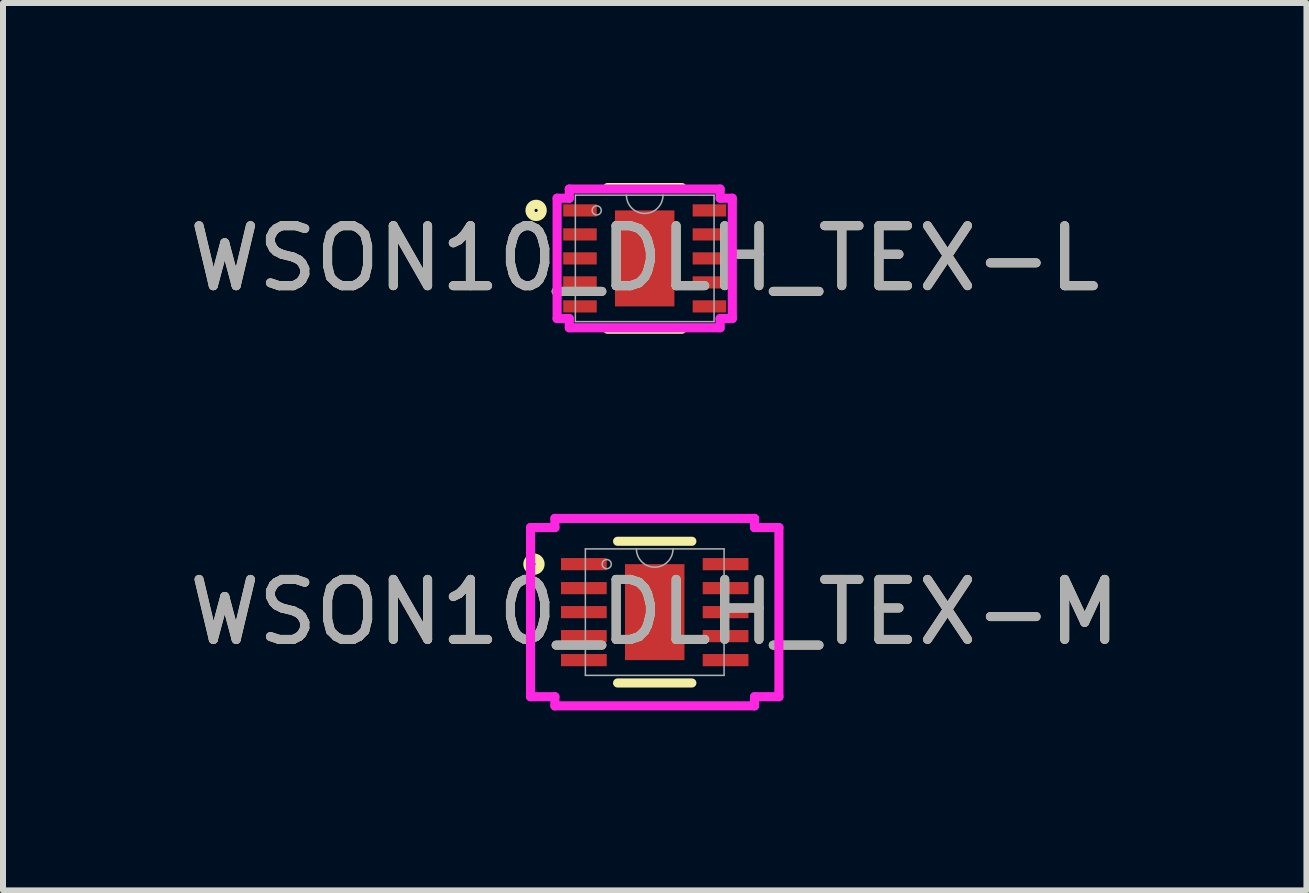
<source format=kicad_pcb>
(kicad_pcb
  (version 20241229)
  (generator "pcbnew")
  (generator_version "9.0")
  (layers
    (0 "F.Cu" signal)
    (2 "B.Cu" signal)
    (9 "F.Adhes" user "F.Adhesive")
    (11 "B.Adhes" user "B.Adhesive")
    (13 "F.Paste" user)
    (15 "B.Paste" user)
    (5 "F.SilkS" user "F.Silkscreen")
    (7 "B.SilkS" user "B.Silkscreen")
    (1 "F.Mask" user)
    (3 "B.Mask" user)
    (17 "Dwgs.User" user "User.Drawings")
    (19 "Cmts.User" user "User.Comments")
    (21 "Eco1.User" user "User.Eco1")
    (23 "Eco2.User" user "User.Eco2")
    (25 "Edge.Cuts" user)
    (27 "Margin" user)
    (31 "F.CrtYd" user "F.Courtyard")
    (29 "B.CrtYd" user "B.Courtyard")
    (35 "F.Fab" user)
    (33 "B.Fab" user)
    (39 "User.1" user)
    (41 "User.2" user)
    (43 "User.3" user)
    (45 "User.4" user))
  (footprint "WSON10_DLH_TEX-L"
    (layer "F.Cu")
    (at 7.696 1.257)
    (property "Reference" "WSON10_DLH_TEX-L" (at 0 0 0) (unlocked yes) (layer "F.SilkS") (effects (font (size 1 1) (thickness 0.15))))
    (attr smd)
    (fp_line (start -0.619 1.181) (end 0.619 1.181) (stroke (width 0.152) (type solid)) (layer "F.SilkS"))
    (fp_line (start 0.619 -1.181) (end -0.619 -1.181) (stroke (width 0.152) (type solid)) (layer "F.SilkS"))
    (fp_circle (center -1.81 -0.8) (end -1.708 -0.8) (stroke (width 0.152) (type solid)) (fill no) (layer "F.SilkS"))
    (fp_line (start -1.46 -1.003) (end -1.257 -1.003) (stroke (width 0.152) (type solid)) (layer "F.CrtYd"))
    (fp_line (start -1.46 1.003) (end -1.46 -1.003) (stroke (width 0.152) (type solid)) (layer "F.CrtYd"))
    (fp_line (start -1.46 1.003) (end -1.257 1.003) (stroke (width 0.152) (type solid)) (layer "F.CrtYd"))
    (fp_line (start -1.257 -1.156) (end 1.257 -1.156) (stroke (width 0.152) (type solid)) (layer "F.CrtYd"))
    (fp_line (start -1.257 -1.003) (end -1.257 -1.156) (stroke (width 0.152) (type solid)) (layer "F.CrtYd"))
    (fp_line (start -1.257 1.156) (end -1.257 1.003) (stroke (width 0.152) (type solid)) (layer "F.CrtYd"))
    (fp_line (start 1.257 -1.156) (end 1.257 -1.003) (stroke (width 0.152) (type solid)) (layer "F.CrtYd"))
    (fp_line (start 1.257 1.003) (end 1.257 1.156) (stroke (width 0.152) (type solid)) (layer "F.CrtYd"))
    (fp_line (start 1.257 1.156) (end -1.257 1.156) (stroke (width 0.152) (type solid)) (layer "F.CrtYd"))
    (fp_line (start 1.46 -1.003) (end 1.257 -1.003) (stroke (width 0.152) (type solid)) (layer "F.CrtYd"))
    (fp_line (start 1.46 -1.003) (end 1.46 1.003) (stroke (width 0.152) (type solid)) (layer "F.CrtYd"))
    (fp_line (start 1.46 1.003) (end 1.257 1.003) (stroke (width 0.152) (type solid)) (layer "F.CrtYd"))
    (fp_line (start -1.156 -1.054) (end -1.156 1.054) (stroke (width 0.025) (type solid)) (layer "F.Fab"))
    (fp_line (start -1.156 1.054) (end 1.156 1.054) (stroke (width 0.025) (type solid)) (layer "F.Fab"))
    (fp_line (start 1.156 -1.054) (end -1.156 -1.054) (stroke (width 0.025) (type solid)) (layer "F.Fab"))
    (fp_line (start 1.156 1.054) (end 1.156 -1.054) (stroke (width 0.025) (type solid)) (layer "F.Fab"))
    (fp_arc (start 0.3048 -1.0541) (mid 0 -0.7493) (end -0.3048 -1.0541) (stroke (width 0.0254) (type solid)) (layer "F.Fab"))
    (fp_circle (center -0.8 -0.8) (end -0.724 -0.8) (stroke (width 0.025) (type solid)) (fill no) (layer "F.Fab"))
    (fp_text user "${REFERENCE}" (at 0 0 0) (unlocked yes) (layer "F.Fab") (effects (font (size 1 1) (thickness 0.15))))
    (pad "1" smd rect (at -1.079 -0.8) (size 0.559 0.203) (layers "F.Cu" "F.Mask" "F.Paste"))
    (pad "2" smd rect (at -1.079 -0.4) (size 0.559 0.203) (layers "F.Cu" "F.Mask" "F.Paste"))
    (pad "3" smd rect (at -1.079 0) (size 0.559 0.203) (layers "F.Cu" "F.Mask" "F.Paste"))
    (pad "4" smd rect (at -1.079 0.4) (size 0.559 0.203) (layers "F.Cu" "F.Mask" "F.Paste"))
    (pad "5" smd rect (at -1.079 0.8) (size 0.559 0.203) (layers "F.Cu" "F.Mask" "F.Paste"))
    (pad "6" smd rect (at 1.079 0.8) (size 0.559 0.203) (layers "F.Cu" "F.Mask" "F.Paste"))
    (pad "7" smd rect (at 1.079 0.4) (size 0.559 0.203) (layers "F.Cu" "F.Mask" "F.Paste"))
    (pad "8" smd rect (at 1.079 0) (size 0.559 0.203) (layers "F.Cu" "F.Mask" "F.Paste"))
    (pad "9" smd rect (at 1.079 -0.4) (size 0.559 0.203) (layers "F.Cu" "F.Mask" "F.Paste"))
    (pad "10" smd rect (at 1.079 -0.8) (size 0.559 0.203) (layers "F.Cu" "F.Mask" "F.Paste"))
    (pad "11" smd rect (at 0 0) (size 0.991 1.6) (layers "F.Cu" "F.Mask" "F.Paste")))
  (footprint "WSON10_DLH_TEX-M"
    (layer "F.Cu")
    (at 7.863 7.153)
    (property "Reference" "WSON10_DLH_TEX-M" (at 0 0 0) (unlocked yes) (layer "F.SilkS") (effects (font (size 1 1) (thickness 0.15))))
    (attr smd)
    (fp_line (start -0.619 1.181) (end 0.619 1.181) (stroke (width 0.152) (type solid)) (layer "F.SilkS"))
    (fp_line (start 0.619 -1.181) (end -0.619 -1.181) (stroke (width 0.152) (type solid)) (layer "F.SilkS"))
    (fp_circle (center -2.013 -0.8) (end -1.911 -0.8) (stroke (width 0.152) (type solid)) (fill no) (layer "F.SilkS"))
    (fp_line (start -2.07 -1.41) (end -1.664 -1.41) (stroke (width 0.152) (type solid)) (layer "F.CrtYd"))
    (fp_line (start -2.07 1.41) (end -2.07 -1.41) (stroke (width 0.152) (type solid)) (layer "F.CrtYd"))
    (fp_line (start -2.07 1.41) (end -1.664 1.41) (stroke (width 0.152) (type solid)) (layer "F.CrtYd"))
    (fp_line (start -1.664 -1.562) (end 1.664 -1.562) (stroke (width 0.152) (type solid)) (layer "F.CrtYd"))
    (fp_line (start -1.664 -1.41) (end -1.664 -1.562) (stroke (width 0.152) (type solid)) (layer "F.CrtYd"))
    (fp_line (start -1.664 1.562) (end -1.664 1.41) (stroke (width 0.152) (type solid)) (layer "F.CrtYd"))
    (fp_line (start 1.664 -1.562) (end 1.664 -1.41) (stroke (width 0.152) (type solid)) (layer "F.CrtYd"))
    (fp_line (start 1.664 1.41) (end 1.664 1.562) (stroke (width 0.152) (type solid)) (layer "F.CrtYd"))
    (fp_line (start 1.664 1.562) (end -1.664 1.562) (stroke (width 0.152) (type solid)) (layer "F.CrtYd"))
    (fp_line (start 2.07 -1.41) (end 1.664 -1.41) (stroke (width 0.152) (type solid)) (layer "F.CrtYd"))
    (fp_line (start 2.07 -1.41) (end 2.07 1.41) (stroke (width 0.152) (type solid)) (layer "F.CrtYd"))
    (fp_line (start 2.07 1.41) (end 1.664 1.41) (stroke (width 0.152) (type solid)) (layer "F.CrtYd"))
    (fp_line (start -1.156 -1.054) (end -1.156 1.054) (stroke (width 0.025) (type solid)) (layer "F.Fab"))
    (fp_line (start -1.156 1.054) (end 1.156 1.054) (stroke (width 0.025) (type solid)) (layer "F.Fab"))
    (fp_line (start 1.156 -1.054) (end -1.156 -1.054) (stroke (width 0.025) (type solid)) (layer "F.Fab"))
    (fp_line (start 1.156 1.054) (end 1.156 -1.054) (stroke (width 0.025) (type solid)) (layer "F.Fab"))
    (fp_arc (start 0.3048 -1.0541) (mid 0 -0.7493) (end -0.3048 -1.0541) (stroke (width 0.0254) (type solid)) (layer "F.Fab"))
    (fp_circle (center -0.8 -0.8) (end -0.724 -0.8) (stroke (width 0.025) (type solid)) (fill no) (layer "F.Fab"))
    (fp_text user "${REFERENCE}" (at 0 0 0) (unlocked yes) (layer "F.Fab") (effects (font (size 1 1) (thickness 0.15))))
    (pad "1" smd rect (at -1.181 -0.8) (size 0.762 0.203) (layers "F.Cu" "F.Mask" "F.Paste"))
    (pad "2" smd rect (at -1.181 -0.4) (size 0.762 0.203) (layers "F.Cu" "F.Mask" "F.Paste"))
    (pad "3" smd rect (at -1.181 0) (size 0.762 0.203) (layers "F.Cu" "F.Mask" "F.Paste"))
    (pad "4" smd rect (at -1.181 0.4) (size 0.762 0.203) (layers "F.Cu" "F.Mask" "F.Paste"))
    (pad "5" smd rect (at -1.181 0.8) (size 0.762 0.203) (layers "F.Cu" "F.Mask" "F.Paste"))
    (pad "6" smd rect (at 1.181 0.8) (size 0.762 0.203) (layers "F.Cu" "F.Mask" "F.Paste"))
    (pad "7" smd rect (at 1.181 0.4) (size 0.762 0.203) (layers "F.Cu" "F.Mask" "F.Paste"))
    (pad "8" smd rect (at 1.181 0) (size 0.762 0.203) (layers "F.Cu" "F.Mask" "F.Paste"))
    (pad "9" smd rect (at 1.181 -0.4) (size 0.762 0.203) (layers "F.Cu" "F.Mask" "F.Paste"))
    (pad "10" smd rect (at 1.181 -0.8) (size 0.762 0.203) (layers "F.Cu" "F.Mask" "F.Paste"))
    (pad "11" smd rect (at 0 0) (size 0.991 1.6) (layers "F.Cu" "F.Mask" "F.Paste")))
  (gr_rect
    (start -3 -3)
    (end 18.726 11.791)
    (stroke (width 0.1) (type default))
    (fill no)
    (layer "Edge.Cuts")))
</source>
